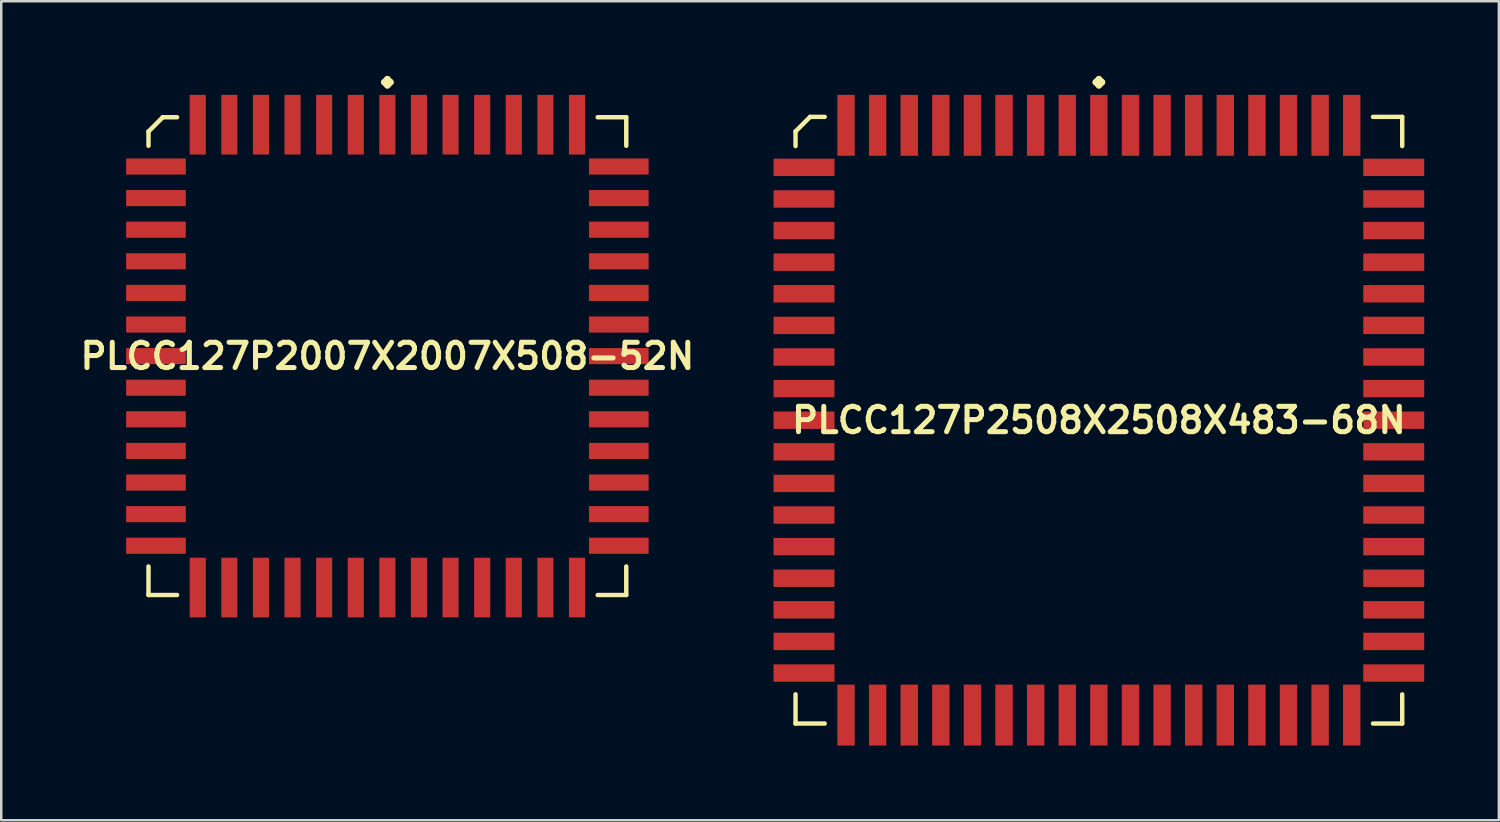
<source format=kicad_pcb>
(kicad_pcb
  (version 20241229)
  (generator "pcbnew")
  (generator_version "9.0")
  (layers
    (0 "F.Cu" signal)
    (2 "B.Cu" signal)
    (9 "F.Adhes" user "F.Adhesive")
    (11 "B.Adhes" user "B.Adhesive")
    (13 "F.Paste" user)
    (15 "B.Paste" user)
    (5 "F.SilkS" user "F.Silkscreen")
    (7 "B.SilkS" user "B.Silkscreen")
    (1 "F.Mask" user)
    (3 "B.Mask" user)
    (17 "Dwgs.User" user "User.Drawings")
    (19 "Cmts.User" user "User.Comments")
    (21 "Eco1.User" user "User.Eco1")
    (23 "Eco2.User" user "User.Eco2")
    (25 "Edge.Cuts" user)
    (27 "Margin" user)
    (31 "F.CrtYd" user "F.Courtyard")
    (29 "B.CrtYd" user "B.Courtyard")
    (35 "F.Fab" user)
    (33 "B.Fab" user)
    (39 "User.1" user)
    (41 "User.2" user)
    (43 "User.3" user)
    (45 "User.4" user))
  (footprint "PLCC127P2508X2508X483-68N"
    (layer "F.Cu")
    (at 41.106 13.835)
    (property "Reference" "PLCC127P2508X2508X483-68N" (at 0 0 0) (layer "F.SilkS") (effects (font (size 1.016 1.016) (thickness 0.203))))
    (attr smd)
    (fp_line (start -12.189 -11.603) (end -11.603 -12.189) (stroke (width 0.178) (type solid)) (layer "F.SilkS"))
    (fp_line (start -12.189 -11.016) (end -12.189 -11.603) (stroke (width 0.178) (type solid)) (layer "F.SilkS"))
    (fp_line (start -12.189 11.016) (end -12.189 12.189) (stroke (width 0.178) (type solid)) (layer "F.SilkS"))
    (fp_line (start -12.189 12.189) (end -11.016 12.189) (stroke (width 0.178) (type solid)) (layer "F.SilkS"))
    (fp_line (start -11.603 -12.189) (end -11.016 -12.189) (stroke (width 0.178) (type solid)) (layer "F.SilkS"))
    (fp_line (start -0.127 -13.581) (end 0 -13.708) (stroke (width 0.254) (type solid)) (layer "F.SilkS"))
    (fp_line (start 0 -13.708) (end 0.127 -13.581) (stroke (width 0.254) (type solid)) (layer "F.SilkS"))
    (fp_line (start 0 -13.454) (end -0.127 -13.581) (stroke (width 0.254) (type solid)) (layer "F.SilkS"))
    (fp_line (start 0.127 -13.581) (end 0 -13.454) (stroke (width 0.254) (type solid)) (layer "F.SilkS"))
    (fp_line (start 12.189 -12.189) (end 11.016 -12.189) (stroke (width 0.178) (type solid)) (layer "F.SilkS"))
    (fp_line (start 12.189 -11.016) (end 12.189 -12.189) (stroke (width 0.178) (type solid)) (layer "F.SilkS"))
    (fp_line (start 12.189 11.016) (end 12.189 12.189) (stroke (width 0.178) (type solid)) (layer "F.SilkS"))
    (fp_line (start 12.189 12.189) (end 11.016 12.189) (stroke (width 0.178) (type solid)) (layer "F.SilkS"))
    (pad "1" smd rect (at 0 -11.849) (size 0.699 2.449) (layers "F.Cu" "F.Mask" "F.Paste"))
    (pad "2" smd rect (at -1.27 -11.849) (size 0.699 2.449) (layers "F.Cu" "F.Mask" "F.Paste"))
    (pad "3" smd rect (at -2.54 -11.849) (size 0.699 2.449) (layers "F.Cu" "F.Mask" "F.Paste"))
    (pad "4" smd rect (at -3.81 -11.849) (size 0.699 2.449) (layers "F.Cu" "F.Mask" "F.Paste"))
    (pad "5" smd rect (at -5.08 -11.849) (size 0.699 2.449) (layers "F.Cu" "F.Mask" "F.Paste"))
    (pad "6" smd rect (at -6.35 -11.849) (size 0.699 2.449) (layers "F.Cu" "F.Mask" "F.Paste"))
    (pad "7" smd rect (at -7.62 -11.849) (size 0.699 2.449) (layers "F.Cu" "F.Mask" "F.Paste"))
    (pad "8" smd rect (at -8.89 -11.849) (size 0.699 2.449) (layers "F.Cu" "F.Mask" "F.Paste"))
    (pad "9" smd rect (at -10.16 -11.849) (size 0.699 2.449) (layers "F.Cu" "F.Mask" "F.Paste"))
    (pad "10" smd rect (at -11.849 -10.16) (size 2.449 0.699) (layers "F.Cu" "F.Mask" "F.Paste"))
    (pad "11" smd rect (at -11.849 -8.89) (size 2.449 0.699) (layers "F.Cu" "F.Mask" "F.Paste"))
    (pad "12" smd rect (at -11.849 -7.62) (size 2.449 0.699) (layers "F.Cu" "F.Mask" "F.Paste"))
    (pad "13" smd rect (at -11.849 -6.35) (size 2.449 0.699) (layers "F.Cu" "F.Mask" "F.Paste"))
    (pad "14" smd rect (at -11.849 -5.08) (size 2.449 0.699) (layers "F.Cu" "F.Mask" "F.Paste"))
    (pad "15" smd rect (at -11.849 -3.81) (size 2.449 0.699) (layers "F.Cu" "F.Mask" "F.Paste"))
    (pad "16" smd rect (at -11.849 -2.54) (size 2.449 0.699) (layers "F.Cu" "F.Mask" "F.Paste"))
    (pad "17" smd rect (at -11.849 -1.27) (size 2.449 0.699) (layers "F.Cu" "F.Mask" "F.Paste"))
    (pad "18" smd rect (at -11.849 0) (size 2.449 0.699) (layers "F.Cu" "F.Mask" "F.Paste"))
    (pad "19" smd rect (at -11.849 1.27) (size 2.449 0.699) (layers "F.Cu" "F.Mask" "F.Paste"))
    (pad "20" smd rect (at -11.849 2.54) (size 2.449 0.699) (layers "F.Cu" "F.Mask" "F.Paste"))
    (pad "21" smd rect (at -11.849 3.81) (size 2.449 0.699) (layers "F.Cu" "F.Mask" "F.Paste"))
    (pad "22" smd rect (at -11.849 5.08) (size 2.449 0.699) (layers "F.Cu" "F.Mask" "F.Paste"))
    (pad "23" smd rect (at -11.849 6.35) (size 2.449 0.699) (layers "F.Cu" "F.Mask" "F.Paste"))
    (pad "24" smd rect (at -11.849 7.62) (size 2.449 0.699) (layers "F.Cu" "F.Mask" "F.Paste"))
    (pad "25" smd rect (at -11.849 8.89) (size 2.449 0.699) (layers "F.Cu" "F.Mask" "F.Paste"))
    (pad "26" smd rect (at -11.849 10.16) (size 2.449 0.699) (layers "F.Cu" "F.Mask" "F.Paste"))
    (pad "27" smd rect (at -10.16 11.849) (size 0.699 2.449) (layers "F.Cu" "F.Mask" "F.Paste"))
    (pad "28" smd rect (at -8.89 11.849) (size 0.699 2.449) (layers "F.Cu" "F.Mask" "F.Paste"))
    (pad "29" smd rect (at -7.62 11.849) (size 0.699 2.449) (layers "F.Cu" "F.Mask" "F.Paste"))
    (pad "30" smd rect (at -6.35 11.849) (size 0.699 2.449) (layers "F.Cu" "F.Mask" "F.Paste"))
    (pad "31" smd rect (at -5.08 11.849) (size 0.699 2.449) (layers "F.Cu" "F.Mask" "F.Paste"))
    (pad "32" smd rect (at -3.81 11.849) (size 0.699 2.449) (layers "F.Cu" "F.Mask" "F.Paste"))
    (pad "33" smd rect (at -2.54 11.849) (size 0.699 2.449) (layers "F.Cu" "F.Mask" "F.Paste"))
    (pad "34" smd rect (at -1.27 11.849) (size 0.699 2.449) (layers "F.Cu" "F.Mask" "F.Paste"))
    (pad "35" smd rect (at 0 11.849) (size 0.699 2.449) (layers "F.Cu" "F.Mask" "F.Paste"))
    (pad "36" smd rect (at 1.27 11.849) (size 0.699 2.449) (layers "F.Cu" "F.Mask" "F.Paste"))
    (pad "37" smd rect (at 2.54 11.849) (size 0.699 2.449) (layers "F.Cu" "F.Mask" "F.Paste"))
    (pad "38" smd rect (at 3.81 11.849) (size 0.699 2.449) (layers "F.Cu" "F.Mask" "F.Paste"))
    (pad "39" smd rect (at 5.08 11.849) (size 0.699 2.449) (layers "F.Cu" "F.Mask" "F.Paste"))
    (pad "40" smd rect (at 6.35 11.849) (size 0.699 2.449) (layers "F.Cu" "F.Mask" "F.Paste"))
    (pad "41" smd rect (at 7.62 11.849) (size 0.699 2.449) (layers "F.Cu" "F.Mask" "F.Paste"))
    (pad "42" smd rect (at 8.89 11.849) (size 0.699 2.449) (layers "F.Cu" "F.Mask" "F.Paste"))
    (pad "43" smd rect (at 10.16 11.849) (size 0.699 2.449) (layers "F.Cu" "F.Mask" "F.Paste"))
    (pad "44" smd rect (at 11.849 10.16) (size 2.449 0.699) (layers "F.Cu" "F.Mask" "F.Paste"))
    (pad "45" smd rect (at 11.849 8.89) (size 2.449 0.699) (layers "F.Cu" "F.Mask" "F.Paste"))
    (pad "46" smd rect (at 11.849 7.62) (size 2.449 0.699) (layers "F.Cu" "F.Mask" "F.Paste"))
    (pad "47" smd rect (at 11.849 6.35) (size 2.449 0.699) (layers "F.Cu" "F.Mask" "F.Paste"))
    (pad "48" smd rect (at 11.849 5.08) (size 2.449 0.699) (layers "F.Cu" "F.Mask" "F.Paste"))
    (pad "49" smd rect (at 11.849 3.81) (size 2.449 0.699) (layers "F.Cu" "F.Mask" "F.Paste"))
    (pad "50" smd rect (at 11.849 2.54) (size 2.449 0.699) (layers "F.Cu" "F.Mask" "F.Paste"))
    (pad "51" smd rect (at 11.849 1.27) (size 2.449 0.699) (layers "F.Cu" "F.Mask" "F.Paste"))
    (pad "52" smd rect (at 11.849 0) (size 2.449 0.699) (layers "F.Cu" "F.Mask" "F.Paste"))
    (pad "53" smd rect (at 11.849 -1.27) (size 2.449 0.699) (layers "F.Cu" "F.Mask" "F.Paste"))
    (pad "54" smd rect (at 11.849 -2.54) (size 2.449 0.699) (layers "F.Cu" "F.Mask" "F.Paste"))
    (pad "55" smd rect (at 11.849 -3.81) (size 2.449 0.699) (layers "F.Cu" "F.Mask" "F.Paste"))
    (pad "56" smd rect (at 11.849 -5.08) (size 2.449 0.699) (layers "F.Cu" "F.Mask" "F.Paste"))
    (pad "57" smd rect (at 11.849 -6.35) (size 2.449 0.699) (layers "F.Cu" "F.Mask" "F.Paste"))
    (pad "58" smd rect (at 11.849 -7.62) (size 2.449 0.699) (layers "F.Cu" "F.Mask" "F.Paste"))
    (pad "59" smd rect (at 11.849 -8.89) (size 2.449 0.699) (layers "F.Cu" "F.Mask" "F.Paste"))
    (pad "60" smd rect (at 11.849 -10.16) (size 2.449 0.699) (layers "F.Cu" "F.Mask" "F.Paste"))
    (pad "61" smd rect (at 10.16 -11.849) (size 0.699 2.449) (layers "F.Cu" "F.Mask" "F.Paste"))
    (pad "62" smd rect (at 8.89 -11.849) (size 0.699 2.449) (layers "F.Cu" "F.Mask" "F.Paste"))
    (pad "63" smd rect (at 7.62 -11.849) (size 0.699 2.449) (layers "F.Cu" "F.Mask" "F.Paste"))
    (pad "64" smd rect (at 6.35 -11.849) (size 0.699 2.449) (layers "F.Cu" "F.Mask" "F.Paste"))
    (pad "65" smd rect (at 5.08 -11.849) (size 0.699 2.449) (layers "F.Cu" "F.Mask" "F.Paste"))
    (pad "66" smd rect (at 3.81 -11.849) (size 0.699 2.449) (layers "F.Cu" "F.Mask" "F.Paste"))
    (pad "67" smd rect (at 2.54 -11.849) (size 0.699 2.449) (layers "F.Cu" "F.Mask" "F.Paste"))
    (pad "68" smd rect (at 1.27 -11.849) (size 0.699 2.449) (layers "F.Cu" "F.Mask" "F.Paste")))
  (footprint "PLCC127P2007X2007X508-52N"
    (layer "F.Cu")
    (at 12.516 11.26)
    (property "Reference" "PLCC127P2007X2007X508-52N" (at 0 0 0) (layer "F.SilkS") (effects (font (size 1.016 1.016) (thickness 0.203))))
    (attr smd)
    (fp_line (start -9.599 -9.025) (end -9.025 -9.599) (stroke (width 0.178) (type solid)) (layer "F.SilkS"))
    (fp_line (start -9.599 -8.451) (end -9.599 -9.025) (stroke (width 0.178) (type solid)) (layer "F.SilkS"))
    (fp_line (start -9.599 8.451) (end -9.599 9.599) (stroke (width 0.178) (type solid)) (layer "F.SilkS"))
    (fp_line (start -9.599 9.599) (end -8.451 9.599) (stroke (width 0.178) (type solid)) (layer "F.SilkS"))
    (fp_line (start -9.025 -9.599) (end -8.451 -9.599) (stroke (width 0.178) (type solid)) (layer "F.SilkS"))
    (fp_line (start -0.127 -11.006) (end 0 -11.133) (stroke (width 0.254) (type solid)) (layer "F.SilkS"))
    (fp_line (start 0 -11.133) (end 0.127 -11.006) (stroke (width 0.254) (type solid)) (layer "F.SilkS"))
    (fp_line (start 0 -10.879) (end -0.127 -11.006) (stroke (width 0.254) (type solid)) (layer "F.SilkS"))
    (fp_line (start 0.127 -11.006) (end 0 -10.879) (stroke (width 0.254) (type solid)) (layer "F.SilkS"))
    (fp_line (start 9.599 -9.599) (end 8.451 -9.599) (stroke (width 0.178) (type solid)) (layer "F.SilkS"))
    (fp_line (start 9.599 -8.451) (end 9.599 -9.599) (stroke (width 0.178) (type solid)) (layer "F.SilkS"))
    (fp_line (start 9.599 8.451) (end 9.599 9.599) (stroke (width 0.178) (type solid)) (layer "F.SilkS"))
    (fp_line (start 9.599 9.599) (end 8.451 9.599) (stroke (width 0.178) (type solid)) (layer "F.SilkS"))
    (pad "1" smd rect (at 0 -9.299) (size 0.648 2.398) (layers "F.Cu" "F.Mask" "F.Paste"))
    (pad "2" smd rect (at -1.27 -9.299) (size 0.648 2.398) (layers "F.Cu" "F.Mask" "F.Paste"))
    (pad "3" smd rect (at -2.54 -9.299) (size 0.648 2.398) (layers "F.Cu" "F.Mask" "F.Paste"))
    (pad "4" smd rect (at -3.81 -9.299) (size 0.648 2.398) (layers "F.Cu" "F.Mask" "F.Paste"))
    (pad "5" smd rect (at -5.08 -9.299) (size 0.648 2.398) (layers "F.Cu" "F.Mask" "F.Paste"))
    (pad "6" smd rect (at -6.35 -9.299) (size 0.648 2.398) (layers "F.Cu" "F.Mask" "F.Paste"))
    (pad "7" smd rect (at -7.62 -9.299) (size 0.648 2.398) (layers "F.Cu" "F.Mask" "F.Paste"))
    (pad "8" smd rect (at -9.299 -7.62) (size 2.398 0.648) (layers "F.Cu" "F.Mask" "F.Paste"))
    (pad "9" smd rect (at -9.299 -6.35) (size 2.398 0.648) (layers "F.Cu" "F.Mask" "F.Paste"))
    (pad "10" smd rect (at -9.299 -5.08) (size 2.398 0.648) (layers "F.Cu" "F.Mask" "F.Paste"))
    (pad "11" smd rect (at -9.299 -3.81) (size 2.398 0.648) (layers "F.Cu" "F.Mask" "F.Paste"))
    (pad "12" smd rect (at -9.299 -2.54) (size 2.398 0.648) (layers "F.Cu" "F.Mask" "F.Paste"))
    (pad "13" smd rect (at -9.299 -1.27) (size 2.398 0.648) (layers "F.Cu" "F.Mask" "F.Paste"))
    (pad "14" smd rect (at -9.299 0) (size 2.398 0.648) (layers "F.Cu" "F.Mask" "F.Paste"))
    (pad "15" smd rect (at -9.299 1.27) (size 2.398 0.648) (layers "F.Cu" "F.Mask" "F.Paste"))
    (pad "16" smd rect (at -9.299 2.54) (size 2.398 0.648) (layers "F.Cu" "F.Mask" "F.Paste"))
    (pad "17" smd rect (at -9.299 3.81) (size 2.398 0.648) (layers "F.Cu" "F.Mask" "F.Paste"))
    (pad "18" smd rect (at -9.299 5.08) (size 2.398 0.648) (layers "F.Cu" "F.Mask" "F.Paste"))
    (pad "19" smd rect (at -9.299 6.35) (size 2.398 0.648) (layers "F.Cu" "F.Mask" "F.Paste"))
    (pad "20" smd rect (at -9.299 7.62) (size 2.398 0.648) (layers "F.Cu" "F.Mask" "F.Paste"))
    (pad "21" smd rect (at -7.62 9.299) (size 0.648 2.398) (layers "F.Cu" "F.Mask" "F.Paste"))
    (pad "22" smd rect (at -6.35 9.299) (size 0.648 2.398) (layers "F.Cu" "F.Mask" "F.Paste"))
    (pad "23" smd rect (at -5.08 9.299) (size 0.648 2.398) (layers "F.Cu" "F.Mask" "F.Paste"))
    (pad "24" smd rect (at -3.81 9.299) (size 0.648 2.398) (layers "F.Cu" "F.Mask" "F.Paste"))
    (pad "25" smd rect (at -2.54 9.299) (size 0.648 2.398) (layers "F.Cu" "F.Mask" "F.Paste"))
    (pad "26" smd rect (at -1.27 9.299) (size 0.648 2.398) (layers "F.Cu" "F.Mask" "F.Paste"))
    (pad "27" smd rect (at 0 9.299) (size 0.648 2.398) (layers "F.Cu" "F.Mask" "F.Paste"))
    (pad "28" smd rect (at 1.27 9.299) (size 0.648 2.398) (layers "F.Cu" "F.Mask" "F.Paste"))
    (pad "29" smd rect (at 2.54 9.299) (size 0.648 2.398) (layers "F.Cu" "F.Mask" "F.Paste"))
    (pad "30" smd rect (at 3.81 9.299) (size 0.648 2.398) (layers "F.Cu" "F.Mask" "F.Paste"))
    (pad "31" smd rect (at 5.08 9.299) (size 0.648 2.398) (layers "F.Cu" "F.Mask" "F.Paste"))
    (pad "32" smd rect (at 6.35 9.299) (size 0.648 2.398) (layers "F.Cu" "F.Mask" "F.Paste"))
    (pad "33" smd rect (at 7.62 9.299) (size 0.648 2.398) (layers "F.Cu" "F.Mask" "F.Paste"))
    (pad "34" smd rect (at 9.299 7.62) (size 2.398 0.648) (layers "F.Cu" "F.Mask" "F.Paste"))
    (pad "35" smd rect (at 9.299 6.35) (size 2.398 0.648) (layers "F.Cu" "F.Mask" "F.Paste"))
    (pad "36" smd rect (at 9.299 5.08) (size 2.398 0.648) (layers "F.Cu" "F.Mask" "F.Paste"))
    (pad "37" smd rect (at 9.299 3.81) (size 2.398 0.648) (layers "F.Cu" "F.Mask" "F.Paste"))
    (pad "38" smd rect (at 9.299 2.54) (size 2.398 0.648) (layers "F.Cu" "F.Mask" "F.Paste"))
    (pad "39" smd rect (at 9.299 1.27) (size 2.398 0.648) (layers "F.Cu" "F.Mask" "F.Paste"))
    (pad "40" smd rect (at 9.299 0) (size 2.398 0.648) (layers "F.Cu" "F.Mask" "F.Paste"))
    (pad "41" smd rect (at 9.299 -1.27) (size 2.398 0.648) (layers "F.Cu" "F.Mask" "F.Paste"))
    (pad "42" smd rect (at 9.299 -2.54) (size 2.398 0.648) (layers "F.Cu" "F.Mask" "F.Paste"))
    (pad "43" smd rect (at 9.299 -3.81) (size 2.398 0.648) (layers "F.Cu" "F.Mask" "F.Paste"))
    (pad "44" smd rect (at 9.299 -5.08) (size 2.398 0.648) (layers "F.Cu" "F.Mask" "F.Paste"))
    (pad "45" smd rect (at 9.299 -6.35) (size 2.398 0.648) (layers "F.Cu" "F.Mask" "F.Paste"))
    (pad "46" smd rect (at 9.299 -7.62) (size 2.398 0.648) (layers "F.Cu" "F.Mask" "F.Paste"))
    (pad "47" smd rect (at 7.62 -9.299) (size 0.648 2.398) (layers "F.Cu" "F.Mask" "F.Paste"))
    (pad "48" smd rect (at 6.35 -9.299) (size 0.648 2.398) (layers "F.Cu" "F.Mask" "F.Paste"))
    (pad "49" smd rect (at 5.08 -9.299) (size 0.648 2.398) (layers "F.Cu" "F.Mask" "F.Paste"))
    (pad "50" smd rect (at 3.81 -9.299) (size 0.648 2.398) (layers "F.Cu" "F.Mask" "F.Paste"))
    (pad "51" smd rect (at 2.54 -9.299) (size 0.648 2.398) (layers "F.Cu" "F.Mask" "F.Paste"))
    (pad "52" smd rect (at 1.27 -9.299) (size 0.648 2.398) (layers "F.Cu" "F.Mask" "F.Paste")))
  (gr_rect
    (start -3 -3)
    (end 57.179 29.909)
    (stroke (width 0.1) (type default))
    (fill no)
    (layer "Edge.Cuts")))
</source>
